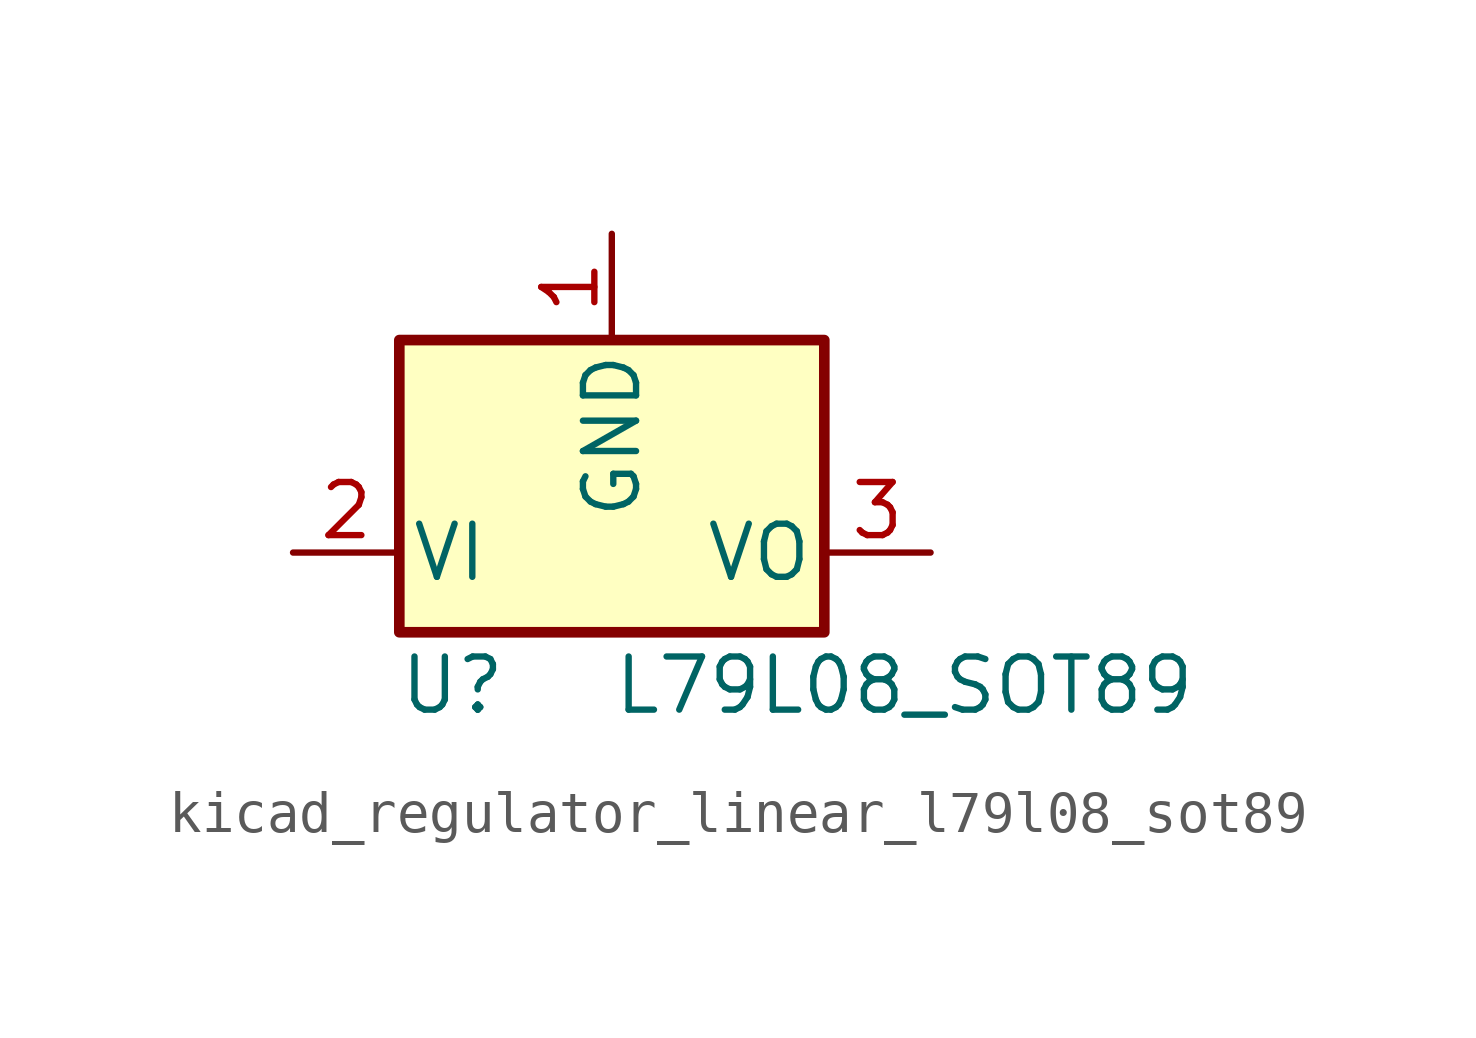
<source format=kicad_sym>
(kicad_symbol_lib
  (version 20220914)
  (generator kicad_symbol_editor)
  (symbol "kicad_regulator_linear_l79l08_sot89"
    (pin_names
      (offset 0.254))
    (property "Reference" "U"
      (at -3.81 -3.175 0)
      (effects (font (size 1.27 1.27))))
    (property "Value" "L79L08_SOT89"
      (at 0 -3.175 0)
      (effects (font (size 1.27 1.27)) (justify left)))
    (symbol "kicad_regulator_linear_l79l08_sot89_0_1"
      (rectangle (start -5.08 5.08) (end 5.08 -1.905) (stroke (width 0.254) (type default)) (fill (type background))))
    (symbol "kicad_regulator_linear_l79l08_sot89_1_1"
      (pin power_in line (at 0 7.62 270) (length 2.54) (name "GND" (effects (font (size 1.27 1.27)))) (number "1" (effects (font (size 1.27 1.27)))))
      (pin power_in line (at -7.62 0 0) (length 2.54) (name "VI" (effects (font (size 1.27 1.27)))) (number "2" (effects (font (size 1.27 1.27)))))
      (pin power_out line (at 7.62 0 180) (length 2.54) (name "VO" (effects (font (size 1.27 1.27)))) (number "3" (effects (font (size 1.27 1.27))))))))
</source>
